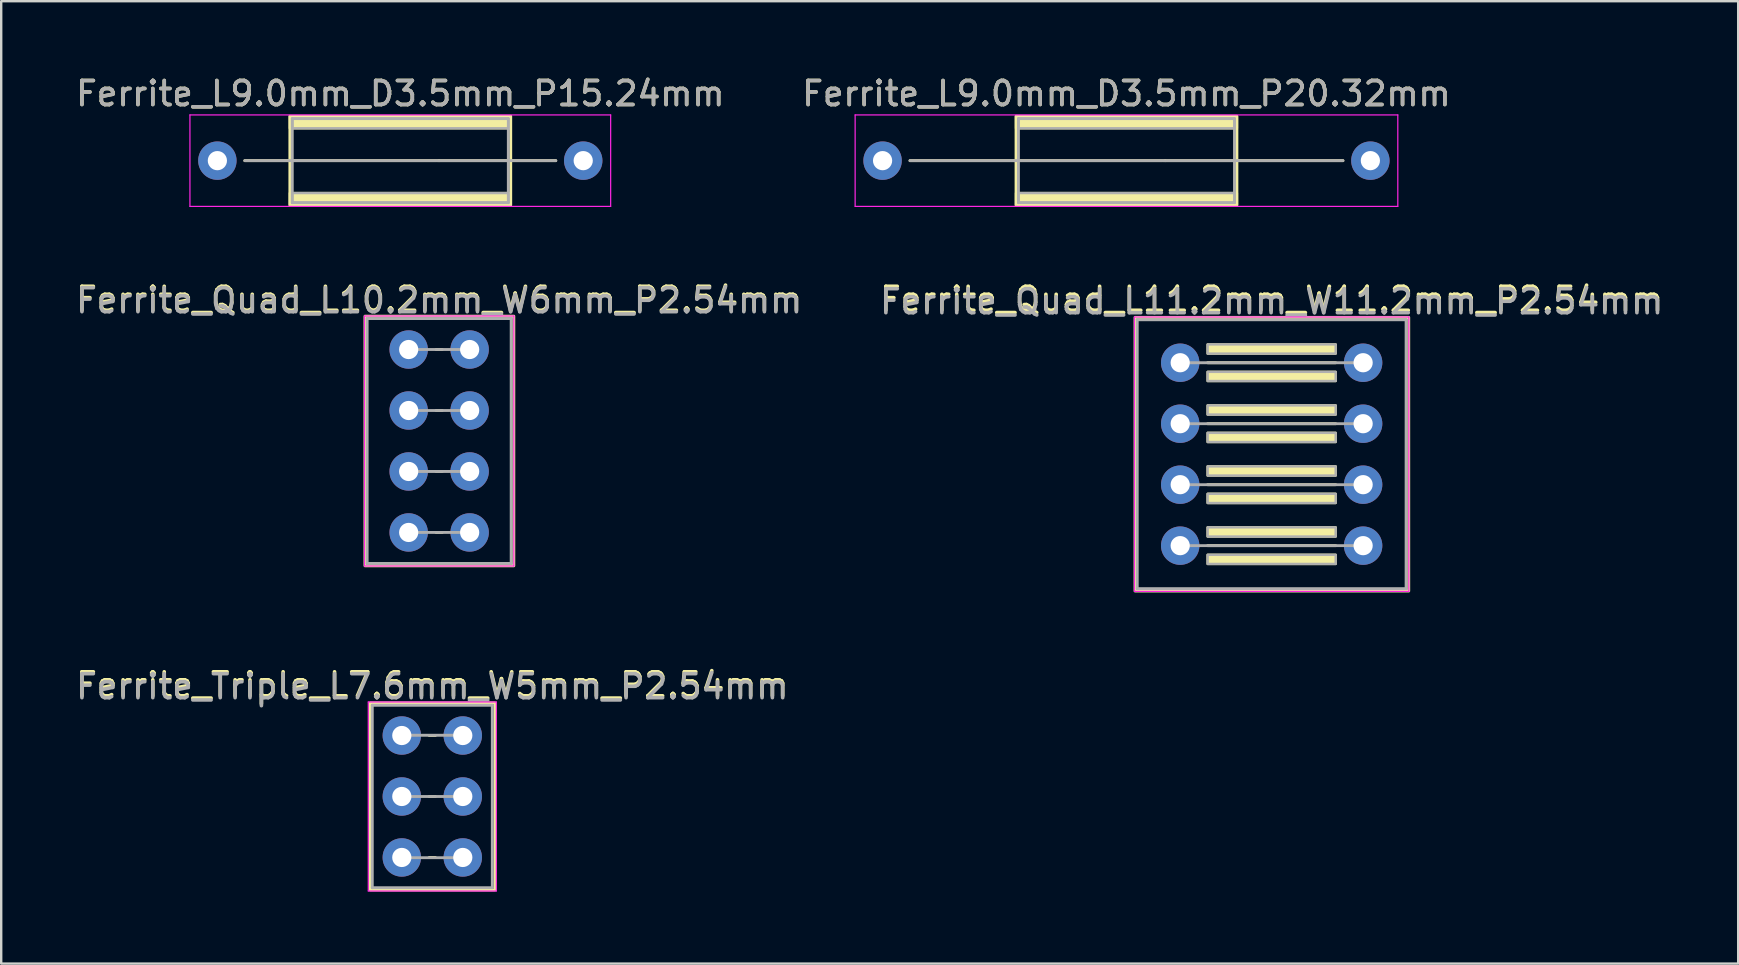
<source format=kicad_pcb>
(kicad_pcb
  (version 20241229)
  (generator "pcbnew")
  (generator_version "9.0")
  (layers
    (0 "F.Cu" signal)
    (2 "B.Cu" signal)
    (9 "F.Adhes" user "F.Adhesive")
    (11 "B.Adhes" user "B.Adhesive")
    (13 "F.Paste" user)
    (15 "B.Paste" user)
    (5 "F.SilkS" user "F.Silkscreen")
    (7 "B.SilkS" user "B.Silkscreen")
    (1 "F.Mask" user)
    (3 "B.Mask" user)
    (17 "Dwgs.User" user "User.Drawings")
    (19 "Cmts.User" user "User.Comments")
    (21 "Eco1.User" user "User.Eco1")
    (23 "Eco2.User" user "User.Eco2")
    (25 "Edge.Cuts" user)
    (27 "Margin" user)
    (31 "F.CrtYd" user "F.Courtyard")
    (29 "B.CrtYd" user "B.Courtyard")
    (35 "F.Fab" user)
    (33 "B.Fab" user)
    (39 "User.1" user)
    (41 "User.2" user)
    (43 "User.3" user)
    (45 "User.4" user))
  (footprint "Ferrite_Quad_L10.2mm_W6mm_P2.54mm"
    (layer "F.Cu")
    (at 15.244 15.32)
    (property "Reference" "Ferrite_Quad_L10.2mm_W6mm_P2.54mm" (at 0 -5.9 0) (layer "F.SilkS") (effects (font (size 1 1) (thickness 0.15))))
    (attr through_hole)
    (fp_line (start -0.127 -3.81) (end 0.127 -3.81) (stroke (width 0.12) (type solid)) (layer "F.SilkS"))
    (fp_line (start -0.127 -1.27) (end 0.127 -1.27) (stroke (width 0.12) (type solid)) (layer "F.SilkS"))
    (fp_line (start -0.127 1.27) (end 0.127 1.27) (stroke (width 0.12) (type solid)) (layer "F.SilkS"))
    (fp_line (start -0.127 3.81) (end 0.127 3.81) (stroke (width 0.12) (type solid)) (layer "F.SilkS"))
    (fp_rect (start -3.09 -5.2) (end 3.11 5.2) (stroke (width 0.12) (type solid)) (fill no) (layer "F.SilkS"))
    (fp_line (start -3.111 -5.207) (end 3.111 -5.207) (stroke (width 0.05) (type solid)) (layer "F.CrtYd"))
    (fp_line (start -3.111 5.207) (end -3.111 -5.207) (stroke (width 0.05) (type solid)) (layer "F.CrtYd"))
    (fp_line (start 3.111 -5.207) (end 3.111 5.207) (stroke (width 0.05) (type solid)) (layer "F.CrtYd"))
    (fp_line (start 3.111 5.207) (end -3.111 5.207) (stroke (width 0.05) (type solid)) (layer "F.CrtYd"))
    (fp_line (start -3 -5.1) (end 3 -5.1) (stroke (width 0.12) (type solid)) (layer "F.Fab"))
    (fp_line (start -3 5.1) (end -3 -5.1) (stroke (width 0.12) (type solid)) (layer "F.Fab"))
    (fp_line (start -1.27 -3.81) (end 1.27 -3.81) (stroke (width 0.12) (type solid)) (layer "F.Fab"))
    (fp_line (start -1.27 1.27) (end 1.27 1.27) (stroke (width 0.12) (type solid)) (layer "F.Fab"))
    (fp_line (start 1.27 -1.27) (end -1.27 -1.27) (stroke (width 0.12) (type solid)) (layer "F.Fab"))
    (fp_line (start 1.27 3.81) (end -1.27 3.81) (stroke (width 0.12) (type solid)) (layer "F.Fab"))
    (fp_line (start 3 -5.1) (end 3 5.1) (stroke (width 0.12) (type solid)) (layer "F.Fab"))
    (fp_line (start 3 5.1) (end -3 5.1) (stroke (width 0.12) (type solid)) (layer "F.Fab"))
    (fp_text user "${REFERENCE}" (at 0 -5.841 0) (layer "F.Fab") (effects (font (size 1 1) (thickness 0.15))))
    (pad "1" thru_hole circle (at -1.27 -3.81) (size 1.6 1.6) (drill 0.8) (layers "*.Cu" "*.Mask"))
    (pad "2" thru_hole circle (at -1.27 -1.27) (size 1.6 1.6) (drill 0.8) (layers "*.Cu" "*.Mask"))
    (pad "3" thru_hole circle (at -1.27 1.27) (size 1.6 1.6) (drill 0.8) (layers "*.Cu" "*.Mask"))
    (pad "3" thru_hole circle (at -1.27 3.81) (size 1.6 1.6) (drill 0.8) (layers "*.Cu" "*.Mask"))
    (pad "4" thru_hole circle (at 1.27 1.27) (size 1.6 1.6) (drill 0.8) (layers "*.Cu" "*.Mask"))
    (pad "4" thru_hole circle (at 1.27 3.81) (size 1.6 1.6) (drill 0.8) (layers "*.Cu" "*.Mask"))
    (pad "5" thru_hole circle (at 1.27 -1.27) (size 1.6 1.6) (drill 0.8) (layers "*.Cu" "*.Mask"))
    (pad "6" thru_hole circle (at 1.27 -3.81) (size 1.6 1.6) (drill 0.8) (layers "*.Cu" "*.Mask")))
  (footprint "Ferrite_L9.0mm_D3.5mm_P15.24mm"
    (layer "F.Cu")
    (at 6.005 3.642)
    (property "Reference" "Ferrite_L9.0mm_D3.5mm_P15.24mm" (at 7.62 -2.794 0) (layer "F.SilkS") (effects (font (size 1 1) (thickness 0.15))))
    (fp_line (start 9.234 0.000002) (end 1.143 0) (stroke (width 0.12) (type solid)) (layer "F.SilkS"))
    (fp_line (start 9.234 0.000002) (end 14.097 0) (stroke (width 0.12) (type solid)) (layer "F.SilkS"))
    (fp_rect (start 3.02 -1.85) (end 12.22 1.85) (stroke (width 0.12) (type solid)) (fill no) (layer "F.SilkS"))
    (fp_poly (pts (xy 3.02 1.35) (xy 12.22 1.35) (xy 12.22 1.85) (xy 3.02 1.85)) (stroke (width 0.1) (type solid)) (fill yes) (layer "F.SilkS"))
    (fp_poly (pts (xy 12.22 -1.35) (xy 3.02 -1.35) (xy 3.02 -1.85) (xy 12.22 -1.85)) (stroke (width 0.1) (type solid)) (fill yes) (layer "F.SilkS"))
    (fp_line (start -1.143 -1.905) (end 16.383 -1.905) (stroke (width 0.05) (type solid)) (layer "F.CrtYd"))
    (fp_line (start -1.143 1.905) (end -1.143 -1.905) (stroke (width 0.05) (type solid)) (layer "F.CrtYd"))
    (fp_line (start 16.383 -1.905) (end 16.383 1.905) (stroke (width 0.05) (type solid)) (layer "F.CrtYd"))
    (fp_line (start 16.383 1.905) (end -1.143 1.905) (stroke (width 0.05) (type solid)) (layer "F.CrtYd"))
    (fp_line (start 3.12 -1.75) (end 3.12 1.75) (stroke (width 0.12) (type solid)) (layer "F.Fab"))
    (fp_line (start 3.12 -1.75) (end 12.12 -1.75) (stroke (width 0.12) (type solid)) (layer "F.Fab"))
    (fp_line (start 9.107 0.000002) (end 1.143 0) (stroke (width 0.12) (type solid)) (layer "F.Fab"))
    (fp_line (start 9.144 0) (end 14.097 0) (stroke (width 0.12) (type solid)) (layer "F.Fab"))
    (fp_line (start 12.12 -1.75) (end 12.12 1.75) (stroke (width 0.12) (type solid)) (layer "F.Fab"))
    (fp_line (start 12.12 1.75) (end 3.12 1.75) (stroke (width 0.12) (type solid)) (layer "F.Fab"))
    (fp_poly (pts (xy 3.12 1.35) (xy 12.12 1.35) (xy 12.12 1.75) (xy 3.12 1.75)) (stroke (width 0.1) (type solid)) (fill no) (layer "F.Fab"))
    (fp_poly (pts (xy 12.12 -1.35) (xy 3.12 -1.35) (xy 3.12 -1.75) (xy 12.12 -1.75)) (stroke (width 0.1) (type solid)) (fill no) (layer "F.Fab"))
    (fp_text user "${REFERENCE}" (at 7.62 -2.793 0) (layer "F.Fab") (effects (font (size 1 1) (thickness 0.15))))
    (pad "1" thru_hole circle (at 0 0) (size 1.6 1.6) (drill 0.8) (layers "*.Cu" "*.Mask"))
    (pad "2" thru_hole circle (at 15.24 0) (size 1.6 1.6) (drill 0.8) (layers "*.Cu" "*.Mask")))
  (footprint "Ferrite_Quad_L11.2mm_W11.2mm_P2.54mm"
    (layer "F.Cu")
    (at 49.923 15.87)
    (property "Reference" "Ferrite_Quad_L11.2mm_W11.2mm_P2.54mm" (at 0 -6.45 0) (layer "F.SilkS") (effects (font (size 1 1) (thickness 0.15))))
    (attr through_hole)
    (fp_line (start -2.667 -3.81) (end 2.667 -3.81) (stroke (width 0.12) (type solid)) (layer "F.SilkS"))
    (fp_line (start -2.667 1.27) (end 2.667 1.27) (stroke (width 0.12) (type solid)) (layer "F.SilkS"))
    (fp_line (start 2.667 -1.27) (end -2.667 -1.27) (stroke (width 0.12) (type solid)) (layer "F.SilkS"))
    (fp_line (start 2.667 3.81) (end -2.667 3.81) (stroke (width 0.12) (type solid)) (layer "F.SilkS"))
    (fp_rect (start -5.69 -5.7) (end 5.71 5.7) (stroke (width 0.12) (type solid)) (fill no) (layer "F.SilkS"))
    (fp_poly (pts (xy 2.667 -4.191) (xy -2.667 -4.191) (xy -2.667 -4.572) (xy 2.667 -4.572)) (stroke (width 0.1) (type solid)) (fill yes) (layer "F.SilkS"))
    (fp_poly (pts (xy 2.667 -3.048) (xy -2.667 -3.048) (xy -2.667 -3.429) (xy 2.667 -3.429)) (stroke (width 0.1) (type solid)) (fill yes) (layer "F.SilkS"))
    (fp_poly (pts (xy 2.667 -1.651) (xy -2.667 -1.651) (xy -2.667 -2.032) (xy 2.667 -2.032)) (stroke (width 0.1) (type solid)) (fill yes) (layer "F.SilkS"))
    (fp_poly (pts (xy 2.667 -0.508) (xy -2.667 -0.508) (xy -2.667 -0.889) (xy 2.667 -0.889)) (stroke (width 0.1) (type solid)) (fill yes) (layer "F.SilkS"))
    (fp_poly (pts (xy 2.667 0.889) (xy -2.667 0.889) (xy -2.667 0.508) (xy 2.667 0.508)) (stroke (width 0.1) (type solid)) (fill yes) (layer "F.SilkS"))
    (fp_poly (pts (xy 2.667 2.032) (xy -2.667 2.032) (xy -2.667 1.651) (xy 2.667 1.651)) (stroke (width 0.1) (type solid)) (fill yes) (layer "F.SilkS"))
    (fp_poly (pts (xy 2.667 3.429) (xy -2.667 3.429) (xy -2.667 3.048) (xy 2.667 3.048)) (stroke (width 0.1) (type solid)) (fill yes) (layer "F.SilkS"))
    (fp_poly (pts (xy 2.667 4.572) (xy -2.667 4.572) (xy -2.667 4.191) (xy 2.667 4.191)) (stroke (width 0.1) (type solid)) (fill yes) (layer "F.SilkS"))
    (fp_line (start -5.715 -5.715) (end 5.715 -5.715) (stroke (width 0.05) (type solid)) (layer "F.CrtYd"))
    (fp_line (start -5.715 5.715) (end -5.715 -5.715) (stroke (width 0.05) (type solid)) (layer "F.CrtYd"))
    (fp_line (start 5.715 -5.715) (end 5.715 5.715) (stroke (width 0.05) (type solid)) (layer "F.CrtYd"))
    (fp_line (start 5.715 5.715) (end -5.715 5.715) (stroke (width 0.05) (type solid)) (layer "F.CrtYd"))
    (fp_line (start -5.6 -5.6) (end 5.6 -5.6) (stroke (width 0.12) (type solid)) (layer "F.Fab"))
    (fp_line (start -5.6 5.6) (end -5.6 -5.6) (stroke (width 0.12) (type solid)) (layer "F.Fab"))
    (fp_line (start -3.81 -3.81) (end 3.81 -3.81) (stroke (width 0.12) (type solid)) (layer "F.Fab"))
    (fp_line (start -3.81 -1.27) (end 3.81 -1.27) (stroke (width 0.12) (type solid)) (layer "F.Fab"))
    (fp_line (start -3.81 1.27) (end 3.81 1.27) (stroke (width 0.12) (type solid)) (layer "F.Fab"))
    (fp_line (start -3.81 3.81) (end 3.81 3.81) (stroke (width 0.12) (type solid)) (layer "F.Fab"))
    (fp_line (start 5.6 -5.6) (end 5.6 5.6) (stroke (width 0.12) (type solid)) (layer "F.Fab"))
    (fp_line (start 5.6 5.6) (end -5.6 5.6) (stroke (width 0.12) (type solid)) (layer "F.Fab"))
    (fp_poly (pts (xy 2.667 -4.191) (xy -2.667 -4.191) (xy -2.667 -4.572) (xy 2.667 -4.572)) (stroke (width 0.1) (type solid)) (fill no) (layer "F.Fab"))
    (fp_poly (pts (xy 2.667 -3.048) (xy -2.667 -3.048) (xy -2.667 -3.429) (xy 2.667 -3.429)) (stroke (width 0.1) (type solid)) (fill no) (layer "F.Fab"))
    (fp_poly (pts (xy 2.667 -1.651) (xy -2.667 -1.651) (xy -2.667 -2.032) (xy 2.667 -2.032)) (stroke (width 0.1) (type solid)) (fill no) (layer "F.Fab"))
    (fp_poly (pts (xy 2.667 -0.508) (xy -2.667 -0.508) (xy -2.667 -0.889) (xy 2.667 -0.889)) (stroke (width 0.1) (type solid)) (fill no) (layer "F.Fab"))
    (fp_poly (pts (xy 2.667 0.889) (xy -2.667 0.889) (xy -2.667 0.508) (xy 2.667 0.508)) (stroke (width 0.1) (type solid)) (fill no) (layer "F.Fab"))
    (fp_poly (pts (xy 2.667 2.032) (xy -2.667 2.032) (xy -2.667 1.651) (xy 2.667 1.651)) (stroke (width 0.1) (type solid)) (fill no) (layer "F.Fab"))
    (fp_poly (pts (xy 2.667 3.429) (xy -2.667 3.429) (xy -2.667 3.048) (xy 2.667 3.048)) (stroke (width 0.1) (type solid)) (fill no) (layer "F.Fab"))
    (fp_poly (pts (xy 2.667 4.572) (xy -2.667 4.572) (xy -2.667 4.191) (xy 2.667 4.191)) (stroke (width 0.1) (type solid)) (fill no) (layer "F.Fab"))
    (fp_text user "${REFERENCE}" (at 0 -6.349 0) (layer "F.Fab") (effects (font (size 1 1) (thickness 0.15))))
    (pad "1" thru_hole circle (at -3.81 -3.81) (size 1.6 1.6) (drill 0.8) (layers "*.Cu" "*.Mask"))
    (pad "2" thru_hole circle (at -3.81 -1.27) (size 1.6 1.6) (drill 0.8) (layers "*.Cu" "*.Mask"))
    (pad "3" thru_hole circle (at -3.81 1.27) (size 1.6 1.6) (drill 0.8) (layers "*.Cu" "*.Mask"))
    (pad "3" thru_hole circle (at -3.81 3.81) (size 1.6 1.6) (drill 0.8) (layers "*.Cu" "*.Mask"))
    (pad "4" thru_hole circle (at 3.81 1.27) (size 1.6 1.6) (drill 0.8) (layers "*.Cu" "*.Mask"))
    (pad "4" thru_hole circle (at 3.81 3.81) (size 1.6 1.6) (drill 0.8) (layers "*.Cu" "*.Mask"))
    (pad "5" thru_hole circle (at 3.81 -1.27) (size 1.6 1.6) (drill 0.8) (layers "*.Cu" "*.Mask"))
    (pad "6" thru_hole circle (at 3.81 -3.81) (size 1.6 1.6) (drill 0.8) (layers "*.Cu" "*.Mask")))
  (footprint "Ferrite_L9.0mm_D3.5mm_P20.32mm"
    (layer "F.Cu")
    (at 33.715 3.642)
    (property "Reference" "Ferrite_L9.0mm_D3.5mm_P20.32mm" (at 10.16 -2.794 0) (layer "F.SilkS") (effects (font (size 1 1) (thickness 0.15))))
    (fp_line (start 11.774 0.000002) (end 1.143 0) (stroke (width 0.12) (type solid)) (layer "F.SilkS"))
    (fp_line (start 11.774 0.000002) (end 19.177 0) (stroke (width 0.12) (type solid)) (layer "F.SilkS"))
    (fp_rect (start 5.56 -1.85) (end 14.76 1.85) (stroke (width 0.12) (type solid)) (fill no) (layer "F.SilkS"))
    (fp_poly (pts (xy 5.56 1.35) (xy 14.76 1.35) (xy 14.76 1.85) (xy 5.56 1.85)) (stroke (width 0.1) (type solid)) (fill yes) (layer "F.SilkS"))
    (fp_poly (pts (xy 14.76 -1.35) (xy 5.56 -1.35) (xy 5.56 -1.85) (xy 14.76 -1.85)) (stroke (width 0.1) (type solid)) (fill yes) (layer "F.SilkS"))
    (fp_line (start -1.143 -1.905) (end 21.463 -1.905) (stroke (width 0.05) (type solid)) (layer "F.CrtYd"))
    (fp_line (start -1.143 1.905) (end -1.143 -1.905) (stroke (width 0.05) (type solid)) (layer "F.CrtYd"))
    (fp_line (start 21.463 -1.905) (end 21.463 1.905) (stroke (width 0.05) (type solid)) (layer "F.CrtYd"))
    (fp_line (start 21.463 1.905) (end -1.143 1.905) (stroke (width 0.05) (type solid)) (layer "F.CrtYd"))
    (fp_line (start 5.66 -1.75) (end 5.66 1.75) (stroke (width 0.12) (type solid)) (layer "F.Fab"))
    (fp_line (start 5.66 -1.75) (end 14.66 -1.75) (stroke (width 0.12) (type solid)) (layer "F.Fab"))
    (fp_line (start 11.647 0.000002) (end 1.143 0) (stroke (width 0.12) (type solid)) (layer "F.Fab"))
    (fp_line (start 11.684 0) (end 19.177 0) (stroke (width 0.12) (type solid)) (layer "F.Fab"))
    (fp_line (start 14.66 -1.75) (end 14.66 1.75) (stroke (width 0.12) (type solid)) (layer "F.Fab"))
    (fp_line (start 14.66 1.75) (end 5.66 1.75) (stroke (width 0.12) (type solid)) (layer "F.Fab"))
    (fp_poly (pts (xy 5.66 1.35) (xy 14.66 1.35) (xy 14.66 1.75) (xy 5.66 1.75)) (stroke (width 0.1) (type solid)) (fill no) (layer "F.Fab"))
    (fp_poly (pts (xy 14.66 -1.35) (xy 5.66 -1.35) (xy 5.66 -1.75) (xy 14.66 -1.75)) (stroke (width 0.1) (type solid)) (fill no) (layer "F.Fab"))
    (fp_text user "${REFERENCE}" (at 10.16 -2.793 0) (layer "F.Fab") (effects (font (size 1 1) (thickness 0.15))))
    (pad "1" thru_hole circle (at 0 0) (size 1.6 1.6) (drill 0.8) (layers "*.Cu" "*.Mask"))
    (pad "2" thru_hole circle (at 20.32 0) (size 1.6 1.6) (drill 0.8) (layers "*.Cu" "*.Mask")))
  (footprint "Ferrite_Triple_L7.6mm_W5mm_P2.54mm"
    (layer "F.Cu")
    (at 14.958 30.129)
    (property "Reference" "Ferrite_Triple_L7.6mm_W5mm_P2.54mm" (at 0 -4.65 0) (layer "F.SilkS") (effects (font (size 1 1) (thickness 0.15))))
    (attr through_hole)
    (fp_line (start -0.127 -2.54) (end 0.127 -2.54) (stroke (width 0.12) (type solid)) (layer "F.SilkS"))
    (fp_line (start -0.127 0) (end 0.127 0) (stroke (width 0.12) (type solid)) (layer "F.SilkS"))
    (fp_line (start -0.127 2.54) (end 0.127 2.54) (stroke (width 0.12) (type solid)) (layer "F.SilkS"))
    (fp_rect (start -2.59 -3.9) (end 2.61 3.9) (stroke (width 0.12) (type solid)) (fill no) (layer "F.SilkS"))
    (fp_line (start -2.667 -3.937) (end 2.667 -3.937) (stroke (width 0.05) (type solid)) (layer "F.CrtYd"))
    (fp_line (start -2.667 3.937) (end -2.667 -3.937) (stroke (width 0.05) (type solid)) (layer "F.CrtYd"))
    (fp_line (start 2.667 -3.937) (end 2.667 3.937) (stroke (width 0.05) (type solid)) (layer "F.CrtYd"))
    (fp_line (start 2.667 3.937) (end -2.667 3.937) (stroke (width 0.05) (type solid)) (layer "F.CrtYd"))
    (fp_line (start -2.5 -3.8) (end 2.5 -3.8) (stroke (width 0.12) (type solid)) (layer "F.Fab"))
    (fp_line (start -2.5 3.8) (end -2.5 -3.8) (stroke (width 0.12) (type solid)) (layer "F.Fab"))
    (fp_line (start -1.25 -2.55) (end 1.3 -2.55) (stroke (width 0.12) (type solid)) (layer "F.Fab"))
    (fp_line (start -1.25 0) (end 1.3 0) (stroke (width 0.12) (type solid)) (layer "F.Fab"))
    (fp_line (start -1.25 2.55) (end 1.3 2.55) (stroke (width 0.12) (type solid)) (layer "F.Fab"))
    (fp_line (start 2.5 -3.8) (end 2.5 3.8) (stroke (width 0.12) (type solid)) (layer "F.Fab"))
    (fp_line (start 2.5 3.8) (end -2.5 3.8) (stroke (width 0.12) (type solid)) (layer "F.Fab"))
    (fp_text user "${REFERENCE}" (at 0 -4.571 0) (layer "F.Fab") (effects (font (size 1 1) (thickness 0.15))))
    (pad "1" thru_hole circle (at -1.27 -2.54) (size 1.6 1.6) (drill 0.8) (layers "*.Cu" "*.Mask"))
    (pad "2" thru_hole circle (at -1.27 0) (size 1.6 1.6) (drill 0.8) (layers "*.Cu" "*.Mask"))
    (pad "3" thru_hole circle (at -1.27 2.54) (size 1.6 1.6) (drill 0.8) (layers "*.Cu" "*.Mask"))
    (pad "4" thru_hole circle (at 1.27 2.54) (size 1.6 1.6) (drill 0.8) (layers "*.Cu" "*.Mask"))
    (pad "5" thru_hole circle (at 1.27 0) (size 1.6 1.6) (drill 0.8) (layers "*.Cu" "*.Mask"))
    (pad "6" thru_hole circle (at 1.27 -2.54) (size 1.6 1.6) (drill 0.8) (layers "*.Cu" "*.Mask")))
  (gr_rect
    (start -3 -3)
    (end 69.357 37.091)
    (stroke (width 0.1) (type default))
    (fill no)
    (layer "Edge.Cuts")))
</source>
